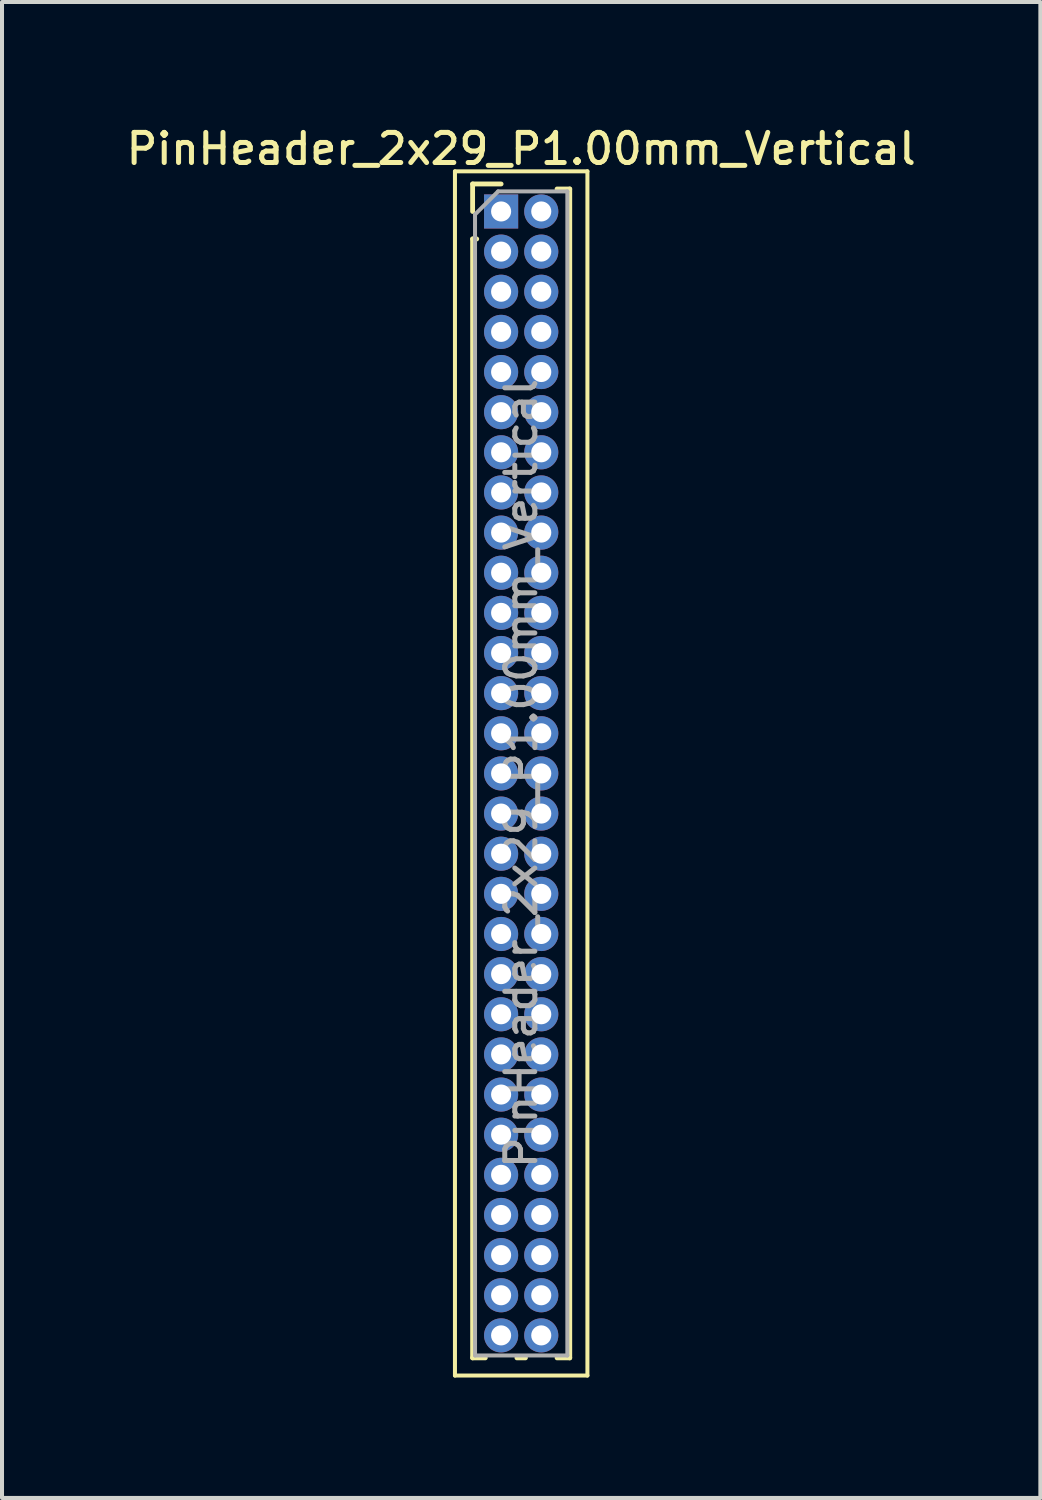
<source format=kicad_pcb>
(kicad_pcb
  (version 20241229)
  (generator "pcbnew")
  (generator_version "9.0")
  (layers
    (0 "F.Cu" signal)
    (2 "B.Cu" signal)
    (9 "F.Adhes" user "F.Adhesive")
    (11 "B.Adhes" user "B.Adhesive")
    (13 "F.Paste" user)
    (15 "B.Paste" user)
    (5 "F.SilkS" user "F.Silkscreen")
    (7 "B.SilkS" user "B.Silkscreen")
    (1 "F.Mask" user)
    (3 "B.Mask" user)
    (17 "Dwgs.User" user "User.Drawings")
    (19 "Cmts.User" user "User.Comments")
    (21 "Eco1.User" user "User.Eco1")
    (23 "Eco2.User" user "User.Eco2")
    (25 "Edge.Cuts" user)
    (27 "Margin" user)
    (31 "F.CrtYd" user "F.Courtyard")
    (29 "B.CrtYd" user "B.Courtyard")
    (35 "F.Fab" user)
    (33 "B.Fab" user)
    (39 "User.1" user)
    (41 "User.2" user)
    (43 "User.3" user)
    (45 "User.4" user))
  (footprint "PinHeader_2x29_P1.00mm_Vertical"
    (layer "F.Cu")
    (at 9.434 2.218)
    (property "Reference" "PinHeader_2x29_P1.00mm_Vertical" (at 0.5 -1.56 0) (layer "F.SilkS") (effects (font (size 0.75 0.75) (thickness 0.125))))
    (attr through_hole)
    (fp_line (start -1.15 -1) (end -1.15 29) (stroke (width 0.1) (type solid)) (layer "F.SilkS"))
    (fp_line (start -1.15 29) (end 2.15 29) (stroke (width 0.1) (type solid)) (layer "F.SilkS"))
    (fp_line (start -0.71 -0.685) (end 0 -0.685) (stroke (width 0.12) (type solid)) (layer "F.SilkS"))
    (fp_line (start -0.71 0) (end -0.71 -0.685) (stroke (width 0.12) (type solid)) (layer "F.SilkS"))
    (fp_line (start -0.71 0.685) (end -0.71 28.56) (stroke (width 0.12) (type solid)) (layer "F.SilkS"))
    (fp_line (start -0.71 0.685) (end -0.608 0.685) (stroke (width 0.12) (type solid)) (layer "F.SilkS"))
    (fp_line (start -0.71 28.56) (end -0.394 28.56) (stroke (width 0.12) (type solid)) (layer "F.SilkS"))
    (fp_line (start 0.394 28.56) (end 0.606 28.56) (stroke (width 0.12) (type solid)) (layer "F.SilkS"))
    (fp_line (start 1.394 -0.56) (end 1.71 -0.56) (stroke (width 0.12) (type solid)) (layer "F.SilkS"))
    (fp_line (start 1.394 28.56) (end 1.71 28.56) (stroke (width 0.12) (type solid)) (layer "F.SilkS"))
    (fp_line (start 1.71 -0.56) (end 1.71 28.56) (stroke (width 0.12) (type solid)) (layer "F.SilkS"))
    (fp_line (start 2.15 -1) (end -1.15 -1) (stroke (width 0.1) (type solid)) (layer "F.SilkS"))
    (fp_line (start 2.15 29) (end 2.15 -1) (stroke (width 0.1) (type solid)) (layer "F.SilkS"))
    (fp_line (start -0.65 0.075) (end -0.075 -0.5) (stroke (width 0.1) (type solid)) (layer "F.Fab"))
    (fp_line (start -0.65 28.5) (end -0.65 0.075) (stroke (width 0.1) (type solid)) (layer "F.Fab"))
    (fp_line (start -0.075 -0.5) (end 1.65 -0.5) (stroke (width 0.1) (type solid)) (layer "F.Fab"))
    (fp_line (start 1.65 -0.5) (end 1.65 28.5) (stroke (width 0.1) (type solid)) (layer "F.Fab"))
    (fp_line (start 1.65 28.5) (end -0.65 28.5) (stroke (width 0.1) (type solid)) (layer "F.Fab"))
    (fp_text user "${REFERENCE}" (at 0.5 14 90) (layer "F.Fab") (effects (font (size 0.75 0.75) (thickness 0.125))))
    (pad "1" thru_hole rect (at 0 0) (size 0.85 0.85) (drill 0.5) (layers "*.Cu" "*.Mask"))
    (pad "2" thru_hole oval (at 1 0) (size 0.85 0.85) (drill 0.5) (layers "*.Cu" "*.Mask"))
    (pad "3" thru_hole oval (at 0 1) (size 0.85 0.85) (drill 0.5) (layers "*.Cu" "*.Mask"))
    (pad "4" thru_hole oval (at 1 1) (size 0.85 0.85) (drill 0.5) (layers "*.Cu" "*.Mask"))
    (pad "5" thru_hole oval (at 0 2) (size 0.85 0.85) (drill 0.5) (layers "*.Cu" "*.Mask"))
    (pad "6" thru_hole oval (at 1 2) (size 0.85 0.85) (drill 0.5) (layers "*.Cu" "*.Mask"))
    (pad "7" thru_hole oval (at 0 3) (size 0.85 0.85) (drill 0.5) (layers "*.Cu" "*.Mask"))
    (pad "8" thru_hole oval (at 1 3) (size 0.85 0.85) (drill 0.5) (layers "*.Cu" "*.Mask"))
    (pad "9" thru_hole oval (at 0 4) (size 0.85 0.85) (drill 0.5) (layers "*.Cu" "*.Mask"))
    (pad "10" thru_hole oval (at 1 4) (size 0.85 0.85) (drill 0.5) (layers "*.Cu" "*.Mask"))
    (pad "11" thru_hole oval (at 0 5) (size 0.85 0.85) (drill 0.5) (layers "*.Cu" "*.Mask"))
    (pad "12" thru_hole oval (at 1 5) (size 0.85 0.85) (drill 0.5) (layers "*.Cu" "*.Mask"))
    (pad "13" thru_hole oval (at 0 6) (size 0.85 0.85) (drill 0.5) (layers "*.Cu" "*.Mask"))
    (pad "14" thru_hole oval (at 1 6) (size 0.85 0.85) (drill 0.5) (layers "*.Cu" "*.Mask"))
    (pad "15" thru_hole oval (at 0 7) (size 0.85 0.85) (drill 0.5) (layers "*.Cu" "*.Mask"))
    (pad "16" thru_hole oval (at 1 7) (size 0.85 0.85) (drill 0.5) (layers "*.Cu" "*.Mask"))
    (pad "17" thru_hole oval (at 0 8) (size 0.85 0.85) (drill 0.5) (layers "*.Cu" "*.Mask"))
    (pad "18" thru_hole oval (at 1 8) (size 0.85 0.85) (drill 0.5) (layers "*.Cu" "*.Mask"))
    (pad "19" thru_hole oval (at 0 9) (size 0.85 0.85) (drill 0.5) (layers "*.Cu" "*.Mask"))
    (pad "20" thru_hole oval (at 1 9) (size 0.85 0.85) (drill 0.5) (layers "*.Cu" "*.Mask"))
    (pad "21" thru_hole oval (at 0 10) (size 0.85 0.85) (drill 0.5) (layers "*.Cu" "*.Mask"))
    (pad "22" thru_hole oval (at 1 10) (size 0.85 0.85) (drill 0.5) (layers "*.Cu" "*.Mask"))
    (pad "23" thru_hole oval (at 0 11) (size 0.85 0.85) (drill 0.5) (layers "*.Cu" "*.Mask"))
    (pad "24" thru_hole oval (at 1 11) (size 0.85 0.85) (drill 0.5) (layers "*.Cu" "*.Mask"))
    (pad "25" thru_hole oval (at 0 12) (size 0.85 0.85) (drill 0.5) (layers "*.Cu" "*.Mask"))
    (pad "26" thru_hole oval (at 1 12) (size 0.85 0.85) (drill 0.5) (layers "*.Cu" "*.Mask"))
    (pad "27" thru_hole oval (at 0 13) (size 0.85 0.85) (drill 0.5) (layers "*.Cu" "*.Mask"))
    (pad "28" thru_hole oval (at 1 13) (size 0.85 0.85) (drill 0.5) (layers "*.Cu" "*.Mask"))
    (pad "29" thru_hole oval (at 0 14) (size 0.85 0.85) (drill 0.5) (layers "*.Cu" "*.Mask"))
    (pad "30" thru_hole oval (at 1 14) (size 0.85 0.85) (drill 0.5) (layers "*.Cu" "*.Mask"))
    (pad "31" thru_hole oval (at 0 15) (size 0.85 0.85) (drill 0.5) (layers "*.Cu" "*.Mask"))
    (pad "32" thru_hole oval (at 1 15) (size 0.85 0.85) (drill 0.5) (layers "*.Cu" "*.Mask"))
    (pad "33" thru_hole oval (at 0 16) (size 0.85 0.85) (drill 0.5) (layers "*.Cu" "*.Mask"))
    (pad "34" thru_hole oval (at 1 16) (size 0.85 0.85) (drill 0.5) (layers "*.Cu" "*.Mask"))
    (pad "35" thru_hole oval (at 0 17) (size 0.85 0.85) (drill 0.5) (layers "*.Cu" "*.Mask"))
    (pad "36" thru_hole oval (at 1 17) (size 0.85 0.85) (drill 0.5) (layers "*.Cu" "*.Mask"))
    (pad "37" thru_hole oval (at 0 18) (size 0.85 0.85) (drill 0.5) (layers "*.Cu" "*.Mask"))
    (pad "38" thru_hole oval (at 1 18) (size 0.85 0.85) (drill 0.5) (layers "*.Cu" "*.Mask"))
    (pad "39" thru_hole oval (at 0 19) (size 0.85 0.85) (drill 0.5) (layers "*.Cu" "*.Mask"))
    (pad "40" thru_hole oval (at 1 19) (size 0.85 0.85) (drill 0.5) (layers "*.Cu" "*.Mask"))
    (pad "41" thru_hole oval (at 0 20) (size 0.85 0.85) (drill 0.5) (layers "*.Cu" "*.Mask"))
    (pad "42" thru_hole oval (at 1 20) (size 0.85 0.85) (drill 0.5) (layers "*.Cu" "*.Mask"))
    (pad "43" thru_hole oval (at 0 21) (size 0.85 0.85) (drill 0.5) (layers "*.Cu" "*.Mask"))
    (pad "44" thru_hole oval (at 1 21) (size 0.85 0.85) (drill 0.5) (layers "*.Cu" "*.Mask"))
    (pad "45" thru_hole oval (at 0 22) (size 0.85 0.85) (drill 0.5) (layers "*.Cu" "*.Mask"))
    (pad "46" thru_hole oval (at 1 22) (size 0.85 0.85) (drill 0.5) (layers "*.Cu" "*.Mask"))
    (pad "47" thru_hole oval (at 0 23) (size 0.85 0.85) (drill 0.5) (layers "*.Cu" "*.Mask"))
    (pad "48" thru_hole oval (at 1 23) (size 0.85 0.85) (drill 0.5) (layers "*.Cu" "*.Mask"))
    (pad "49" thru_hole oval (at 0 24) (size 0.85 0.85) (drill 0.5) (layers "*.Cu" "*.Mask"))
    (pad "50" thru_hole oval (at 1 24) (size 0.85 0.85) (drill 0.5) (layers "*.Cu" "*.Mask"))
    (pad "51" thru_hole oval (at 0 25) (size 0.85 0.85) (drill 0.5) (layers "*.Cu" "*.Mask"))
    (pad "52" thru_hole oval (at 1 25) (size 0.85 0.85) (drill 0.5) (layers "*.Cu" "*.Mask"))
    (pad "53" thru_hole oval (at 0 26) (size 0.85 0.85) (drill 0.5) (layers "*.Cu" "*.Mask"))
    (pad "54" thru_hole oval (at 1 26) (size 0.85 0.85) (drill 0.5) (layers "*.Cu" "*.Mask"))
    (pad "55" thru_hole oval (at 0 27) (size 0.85 0.85) (drill 0.5) (layers "*.Cu" "*.Mask"))
    (pad "56" thru_hole oval (at 1 27) (size 0.85 0.85) (drill 0.5) (layers "*.Cu" "*.Mask"))
    (pad "57" thru_hole oval (at 0 28) (size 0.85 0.85) (drill 0.5) (layers "*.Cu" "*.Mask"))
    (pad "58" thru_hole oval (at 1 28) (size 0.85 0.85) (drill 0.5) (layers "*.Cu" "*.Mask")))
  (gr_rect
    (start -3 -3)
    (end 22.868 34.268)
    (stroke (width 0.1) (type default))
    (fill no)
    (layer "Edge.Cuts")))
</source>
